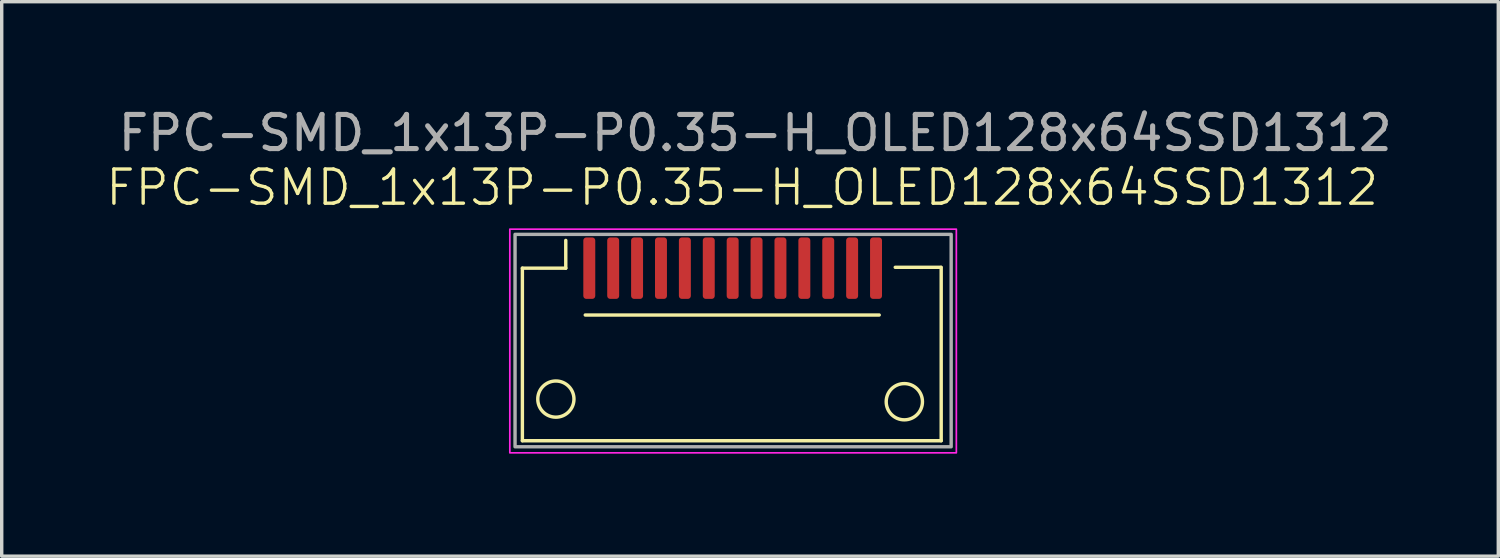
<source format=kicad_pcb>
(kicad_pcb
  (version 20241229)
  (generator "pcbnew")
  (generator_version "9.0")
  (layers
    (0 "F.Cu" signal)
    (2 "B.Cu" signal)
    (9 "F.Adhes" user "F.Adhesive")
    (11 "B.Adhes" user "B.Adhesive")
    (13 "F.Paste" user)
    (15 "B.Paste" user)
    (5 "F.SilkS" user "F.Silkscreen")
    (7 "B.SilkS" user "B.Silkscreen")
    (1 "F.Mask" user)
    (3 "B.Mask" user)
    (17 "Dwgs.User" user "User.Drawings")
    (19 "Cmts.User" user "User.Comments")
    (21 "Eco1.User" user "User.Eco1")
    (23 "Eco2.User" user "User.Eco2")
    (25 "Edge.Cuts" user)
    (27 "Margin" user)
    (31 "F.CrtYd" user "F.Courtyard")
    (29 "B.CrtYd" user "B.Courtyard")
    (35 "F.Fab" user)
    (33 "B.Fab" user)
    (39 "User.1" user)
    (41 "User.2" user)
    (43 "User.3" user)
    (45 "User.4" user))
  (footprint "FPC-SMD_1x13P-P0.35-H_OLED128x64SSD1312"
    (layer "F.Cu")
    (at 18.413 4.806)
    (property "Reference" "FPC-SMD_1x13P-P0.35-H_OLED128x64SSD1312" (at 0.279 -2.362 0) (unlocked yes) (layer "F.SilkS") (effects (font (size 1 1) (thickness 0.1))))
    (attr smd)
    (fp_line (start -6.16 5.055) (end -6.16 0) (stroke (width 0.1) (type default)) (layer "F.SilkS"))
    (fp_line (start -4.889 0) (end -6.16 0) (stroke (width 0.1) (type default)) (layer "F.SilkS"))
    (fp_line (start -4.889 0) (end -4.889 -0.813) (stroke (width 0.1) (type default)) (layer "F.SilkS"))
    (fp_line (start -4.318 1.372) (end 4.293 1.372) (stroke (width 0.1) (type default)) (layer "F.SilkS"))
    (fp_line (start 6.096 -0.025) (end 4.763 -0.025) (stroke (width 0.1) (type default)) (layer "F.SilkS"))
    (fp_line (start 6.109 -0.025) (end 6.109 5.055) (stroke (width 0.1) (type default)) (layer "F.SilkS"))
    (fp_line (start 6.109 5.055) (end -6.16 5.055) (stroke (width 0.1) (type default)) (layer "F.SilkS"))
    (fp_circle (center -5.179 3.835) (end -5.179 3.305) (stroke (width 0.1) (type default)) (fill no) (layer "F.SilkS"))
    (fp_circle (center 5.029 3.912) (end 5.029 3.381) (stroke (width 0.1) (type default)) (fill no) (layer "F.SilkS"))
    (fp_rect (start -6.528 -1.143) (end 6.553 5.41) (stroke (width 0.05) (type default)) (fill no) (layer "F.CrtYd"))
    (fp_rect (start -6.375 -0.991) (end 6.401 5.232) (stroke (width 0.1) (type default)) (fill no) (layer "F.Fab"))
    (fp_text user "${REFERENCE}" (at 0.66 -3.958 0) (unlocked yes) (layer "F.Fab") (effects (font (size 1 1) (thickness 0.15))))
    (pad "1" smd roundrect (at -4.2 0) (size 0.35 1.8) (layers "F.Cu" "F.Mask" "F.Paste") (roundrect_rratio 0.25))
    (pad "2" smd roundrect (at -3.5 0) (size 0.35 1.8) (layers "F.Cu" "F.Mask" "F.Paste") (roundrect_rratio 0.25))
    (pad "3" smd roundrect (at -2.8 0) (size 0.35 1.8) (layers "F.Cu" "F.Mask" "F.Paste") (roundrect_rratio 0.25))
    (pad "4" smd roundrect (at -2.1 0) (size 0.35 1.8) (layers "F.Cu" "F.Mask" "F.Paste") (roundrect_rratio 0.25))
    (pad "5" smd roundrect (at -1.4 0) (size 0.35 1.8) (layers "F.Cu" "F.Mask" "F.Paste") (roundrect_rratio 0.25))
    (pad "6" smd roundrect (at -0.7 0) (size 0.35 1.8) (layers "F.Cu" "F.Mask" "F.Paste") (roundrect_rratio 0.25))
    (pad "7" smd roundrect (at 0 0) (size 0.35 1.8) (layers "F.Cu" "F.Mask" "F.Paste") (roundrect_rratio 0.25))
    (pad "8" smd roundrect (at 0.7 0) (size 0.35 1.8) (layers "F.Cu" "F.Mask" "F.Paste") (roundrect_rratio 0.25))
    (pad "9" smd roundrect (at 1.4 0) (size 0.35 1.8) (layers "F.Cu" "F.Mask" "F.Paste") (roundrect_rratio 0.25))
    (pad "10" smd roundrect (at 2.1 0) (size 0.35 1.8) (layers "F.Cu" "F.Mask" "F.Paste") (roundrect_rratio 0.25))
    (pad "11" smd roundrect (at 2.8 0) (size 0.35 1.8) (layers "F.Cu" "F.Mask" "F.Paste") (roundrect_rratio 0.25))
    (pad "12" smd roundrect (at 3.5 0) (size 0.35 1.8) (layers "F.Cu" "F.Mask" "F.Paste") (roundrect_rratio 0.25))
    (pad "13" smd roundrect (at 4.2 0) (size 0.35 1.8) (layers "F.Cu" "F.Mask" "F.Paste") (roundrect_rratio 0.25)))
  (gr_rect
    (start -3 -3)
    (end 40.842 13.242)
    (stroke (width 0.1) (type default))
    (fill no)
    (layer "Edge.Cuts")))
</source>
